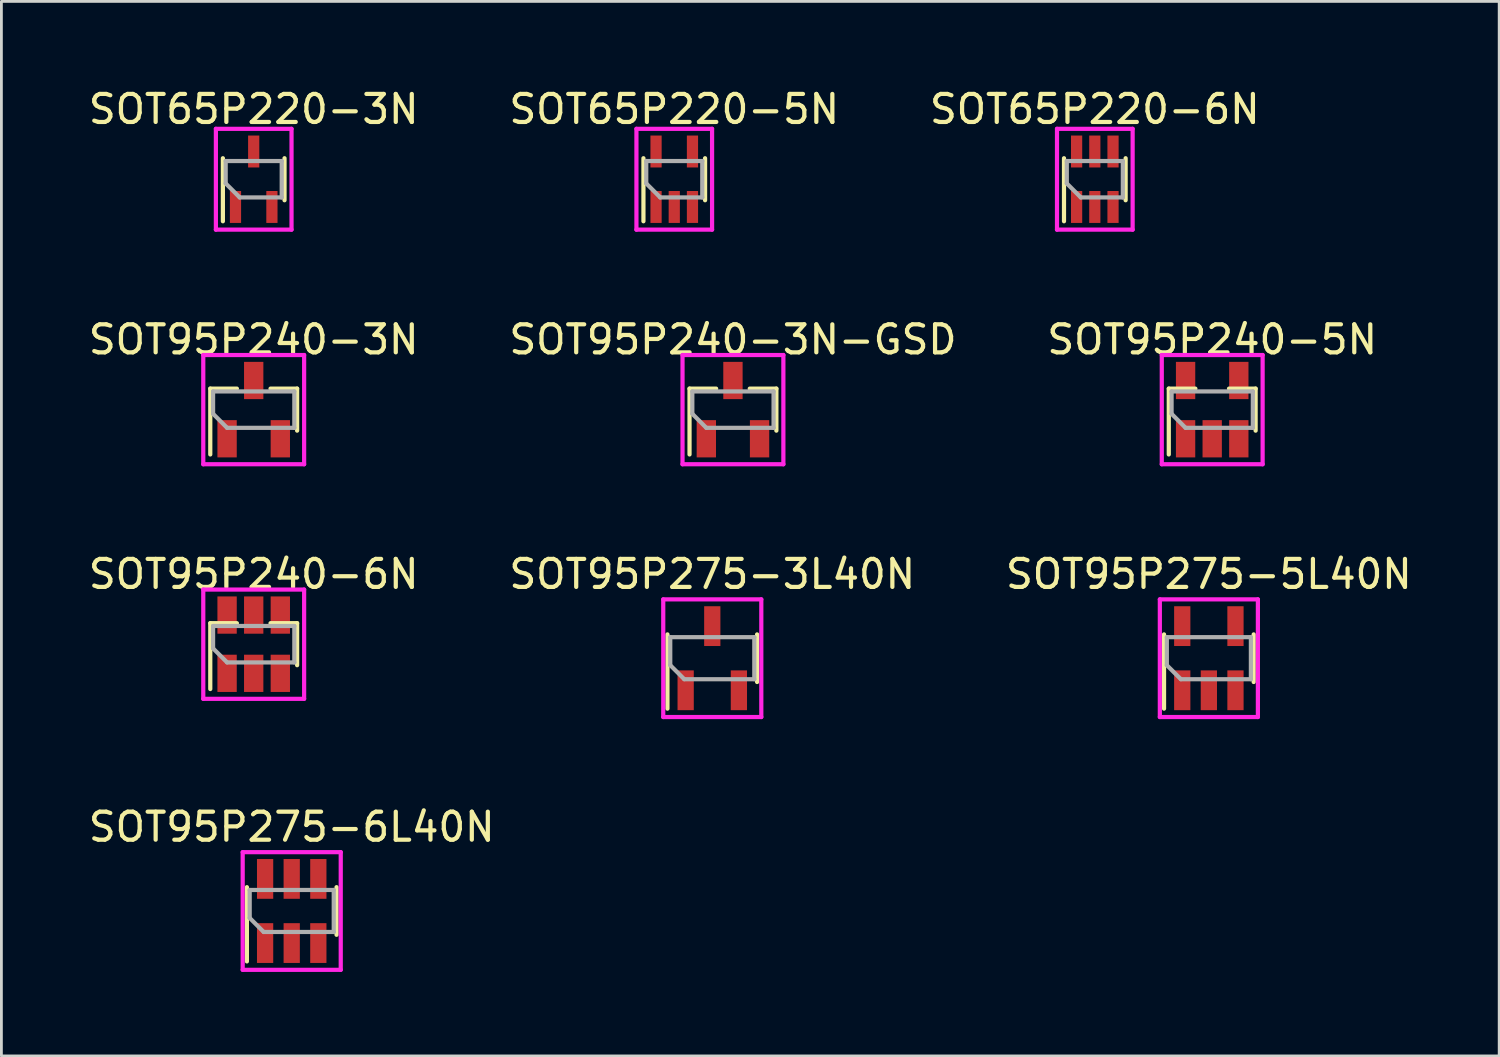
<source format=kicad_pcb>
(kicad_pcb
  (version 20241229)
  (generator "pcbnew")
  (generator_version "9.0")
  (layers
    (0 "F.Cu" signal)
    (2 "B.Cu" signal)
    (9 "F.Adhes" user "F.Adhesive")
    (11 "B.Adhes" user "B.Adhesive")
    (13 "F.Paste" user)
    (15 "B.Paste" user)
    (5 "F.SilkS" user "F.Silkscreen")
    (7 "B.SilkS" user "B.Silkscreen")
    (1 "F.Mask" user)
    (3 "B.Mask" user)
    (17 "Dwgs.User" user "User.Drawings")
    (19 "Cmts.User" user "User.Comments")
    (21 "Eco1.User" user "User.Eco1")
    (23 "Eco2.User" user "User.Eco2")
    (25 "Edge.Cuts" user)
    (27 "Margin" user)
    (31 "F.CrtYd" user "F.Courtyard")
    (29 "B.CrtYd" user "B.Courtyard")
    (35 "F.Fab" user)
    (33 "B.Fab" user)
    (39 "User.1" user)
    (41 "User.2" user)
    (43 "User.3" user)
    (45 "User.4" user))
  (footprint "SOT65P220-5N"
    (layer "F.Cu")
    (at 21.018 3.348)
    (property "Reference" "SOT65P220-5N" (at 0 -2.5 0) (layer "F.SilkS") (effects (font (size 1 1) (thickness 0.15))))
    (attr through_hole)
    (fp_line (start -1.1 -0.75) (end -1.1 1.5) (stroke (width 0.15) (type solid)) (layer "F.SilkS"))
    (fp_line (start 1.1 0.75) (end 1.1 -0.75) (stroke (width 0.15) (type solid)) (layer "F.SilkS"))
    (fp_line (start -1.35 -1.8) (end 1.35 -1.8) (stroke (width 0.15) (type solid)) (layer "F.CrtYd"))
    (fp_line (start -1.35 1.8) (end -1.35 -1.8) (stroke (width 0.15) (type solid)) (layer "F.CrtYd"))
    (fp_line (start 1.35 -1.8) (end 1.35 1.8) (stroke (width 0.15) (type solid)) (layer "F.CrtYd"))
    (fp_line (start 1.35 1.8) (end -1.35 1.8) (stroke (width 0.15) (type solid)) (layer "F.CrtYd"))
    (fp_line (start -1 -0.65) (end 1 -0.65) (stroke (width 0.15) (type solid)) (layer "F.Fab"))
    (fp_line (start -1 0.15) (end -1 -0.65) (stroke (width 0.15) (type solid)) (layer "F.Fab"))
    (fp_line (start -0.5 0.65) (end -1 0.15) (stroke (width 0.15) (type solid)) (layer "F.Fab"))
    (fp_line (start 1 -0.65) (end 1 0.65) (stroke (width 0.15) (type solid)) (layer "F.Fab"))
    (fp_line (start 1 0.65) (end -0.5 0.65) (stroke (width 0.15) (type solid)) (layer "F.Fab"))
    (pad "1" smd rect (at -0.65 0.99) (size 0.4 1.14) (layers "F.Cu" "F.Mask" "F.Paste"))
    (pad "2" smd rect (at 0 0.99) (size 0.4 1.14) (layers "F.Cu" "F.Mask" "F.Paste"))
    (pad "3" smd rect (at 0.65 0.99) (size 0.4 1.14) (layers "F.Cu" "F.Mask" "F.Paste"))
    (pad "4" smd rect (at 0.65 -0.99) (size 0.4 1.14) (layers "F.Cu" "F.Mask" "F.Paste"))
    (pad "5" smd rect (at -0.65 -0.99) (size 0.4 1.14) (layers "F.Cu" "F.Mask" "F.Paste")))
  (footprint "SOT95P240-5N"
    (layer "F.Cu")
    (at 40.22 11.572)
    (property "Reference" "SOT95P240-5N" (at 0 -2.5 0) (layer "F.SilkS") (effects (font (size 1 1) (thickness 0.15))))
    (attr through_hole)
    (fp_line (start -1.55 -0.75) (end -1.55 1.6) (stroke (width 0.15) (type solid)) (layer "F.SilkS"))
    (fp_line (start -0.6 -0.75) (end -1.55 -0.75) (stroke (width 0.15) (type solid)) (layer "F.SilkS"))
    (fp_line (start 0.6 -0.75) (end 1.55 -0.75) (stroke (width 0.15) (type solid)) (layer "F.SilkS"))
    (fp_line (start 1.55 -0.75) (end 1.55 0.75) (stroke (width 0.15) (type solid)) (layer "F.SilkS"))
    (fp_line (start -1.8 -1.95) (end 1.8 -1.95) (stroke (width 0.15) (type solid)) (layer "F.CrtYd"))
    (fp_line (start -1.8 1.95) (end -1.8 -1.95) (stroke (width 0.15) (type solid)) (layer "F.CrtYd"))
    (fp_line (start 1.8 -1.95) (end 1.8 1.95) (stroke (width 0.15) (type solid)) (layer "F.CrtYd"))
    (fp_line (start 1.8 1.95) (end -1.8 1.95) (stroke (width 0.15) (type solid)) (layer "F.CrtYd"))
    (fp_line (start -1.45 -0.65) (end 1.45 -0.65) (stroke (width 0.15) (type solid)) (layer "F.Fab"))
    (fp_line (start -1.45 0.15) (end -1.45 -0.65) (stroke (width 0.15) (type solid)) (layer "F.Fab"))
    (fp_line (start -0.95 0.65) (end -1.45 0.15) (stroke (width 0.15) (type solid)) (layer "F.Fab"))
    (fp_line (start 1.45 -0.65) (end 1.45 0.65) (stroke (width 0.15) (type solid)) (layer "F.Fab"))
    (fp_line (start 1.45 0.65) (end -0.95 0.65) (stroke (width 0.15) (type solid)) (layer "F.Fab"))
    (pad "1" smd rect (at -0.95 1.04) (size 0.69 1.33) (layers "F.Cu" "F.Mask" "F.Paste"))
    (pad "2" smd rect (at 0 1.04) (size 0.69 1.33) (layers "F.Cu" "F.Mask" "F.Paste"))
    (pad "3" smd rect (at 0.95 1.04) (size 0.69 1.33) (layers "F.Cu" "F.Mask" "F.Paste"))
    (pad "4" smd rect (at 0.95 -1.04) (size 0.69 1.33) (layers "F.Cu" "F.Mask" "F.Paste"))
    (pad "5" smd rect (at -0.95 -1.04) (size 0.69 1.33) (layers "F.Cu" "F.Mask" "F.Paste")))
  (footprint "SOT95P275-3L40N"
    (layer "F.Cu")
    (at 22.375 20.445)
    (property "Reference" "SOT95P275-3L40N" (at 0 -3 0) (layer "F.SilkS") (effects (font (size 1 1) (thickness 0.15))))
    (attr through_hole)
    (fp_line (start -1.6 -0.85) (end -1.6 1.8) (stroke (width 0.15) (type solid)) (layer "F.SilkS"))
    (fp_line (start 1.6 -0.85) (end 1.6 0.85) (stroke (width 0.15) (type solid)) (layer "F.SilkS"))
    (fp_line (start -1.75 -2.1) (end 1.75 -2.1) (stroke (width 0.15) (type solid)) (layer "F.CrtYd"))
    (fp_line (start -1.75 2.1) (end -1.75 -2.1) (stroke (width 0.15) (type solid)) (layer "F.CrtYd"))
    (fp_line (start 1.75 -2.1) (end 1.75 2.1) (stroke (width 0.15) (type solid)) (layer "F.CrtYd"))
    (fp_line (start 1.75 2.1) (end -1.75 2.1) (stroke (width 0.15) (type solid)) (layer "F.CrtYd"))
    (fp_line (start -1.5 -0.75) (end 1.5 -0.75) (stroke (width 0.15) (type solid)) (layer "F.Fab"))
    (fp_line (start -1.5 0.25) (end -1.5 -0.75) (stroke (width 0.15) (type solid)) (layer "F.Fab"))
    (fp_line (start -1 0.75) (end -1.5 0.25) (stroke (width 0.15) (type solid)) (layer "F.Fab"))
    (fp_line (start 1.5 -0.75) (end 1.5 0.75) (stroke (width 0.15) (type solid)) (layer "F.Fab"))
    (fp_line (start 1.5 0.75) (end -1 0.75) (stroke (width 0.15) (type solid)) (layer "F.Fab"))
    (pad "1" smd rect (at -0.95 1.145) (size 0.58 1.42) (layers "F.Cu" "F.Mask" "F.Paste"))
    (pad "2" smd rect (at 0.95 1.145) (size 0.58 1.42) (layers "F.Cu" "F.Mask" "F.Paste"))
    (pad "3" smd rect (at 0 -1.145) (size 0.58 1.42) (layers "F.Cu" "F.Mask" "F.Paste")))
  (footprint "SOT65P220-6N"
    (layer "F.Cu")
    (at 36.03 3.348)
    (property "Reference" "SOT65P220-6N" (at 0 -2.5 0) (layer "F.SilkS") (effects (font (size 1 1) (thickness 0.15))))
    (attr through_hole)
    (fp_line (start -1.1 -0.75) (end -1.1 1.5) (stroke (width 0.15) (type solid)) (layer "F.SilkS"))
    (fp_line (start 1.1 0.75) (end 1.1 -0.75) (stroke (width 0.15) (type solid)) (layer "F.SilkS"))
    (fp_line (start -1.35 -1.8) (end 1.35 -1.8) (stroke (width 0.15) (type solid)) (layer "F.CrtYd"))
    (fp_line (start -1.35 1.8) (end -1.35 -1.8) (stroke (width 0.15) (type solid)) (layer "F.CrtYd"))
    (fp_line (start 1.35 -1.8) (end 1.35 1.8) (stroke (width 0.15) (type solid)) (layer "F.CrtYd"))
    (fp_line (start 1.35 1.8) (end -1.35 1.8) (stroke (width 0.15) (type solid)) (layer "F.CrtYd"))
    (fp_line (start -1 -0.65) (end 1 -0.65) (stroke (width 0.15) (type solid)) (layer "F.Fab"))
    (fp_line (start -1 0.15) (end -1 -0.65) (stroke (width 0.15) (type solid)) (layer "F.Fab"))
    (fp_line (start -0.5 0.65) (end -1 0.15) (stroke (width 0.15) (type solid)) (layer "F.Fab"))
    (fp_line (start 1 -0.65) (end 1 0.65) (stroke (width 0.15) (type solid)) (layer "F.Fab"))
    (fp_line (start 1 0.65) (end -0.5 0.65) (stroke (width 0.15) (type solid)) (layer "F.Fab"))
    (pad "1" smd rect (at -0.65 0.99) (size 0.4 1.14) (layers "F.Cu" "F.Mask" "F.Paste"))
    (pad "2" smd rect (at 0 0.99) (size 0.4 1.14) (layers "F.Cu" "F.Mask" "F.Paste"))
    (pad "3" smd rect (at 0.65 0.99) (size 0.4 1.14) (layers "F.Cu" "F.Mask" "F.Paste"))
    (pad "4" smd rect (at 0.65 -0.99) (size 0.4 1.14) (layers "F.Cu" "F.Mask" "F.Paste"))
    (pad "5" smd rect (at 0 -0.99) (size 0.4 1.14) (layers "F.Cu" "F.Mask" "F.Paste"))
    (pad "6" smd rect (at -0.65 -0.99) (size 0.4 1.14) (layers "F.Cu" "F.Mask" "F.Paste")))
  (footprint "SOT65P220-3N"
    (layer "F.Cu")
    (at 6.006 3.348)
    (property "Reference" "SOT65P220-3N" (at 0 -2.5 0) (layer "F.SilkS") (effects (font (size 1 1) (thickness 0.15))))
    (attr through_hole)
    (fp_line (start -1.1 -0.75) (end -1.1 1.5) (stroke (width 0.15) (type solid)) (layer "F.SilkS"))
    (fp_line (start 1.1 0.75) (end 1.1 -0.75) (stroke (width 0.15) (type solid)) (layer "F.SilkS"))
    (fp_line (start -1.35 -1.8) (end 1.35 -1.8) (stroke (width 0.15) (type solid)) (layer "F.CrtYd"))
    (fp_line (start -1.35 1.8) (end -1.35 -1.8) (stroke (width 0.15) (type solid)) (layer "F.CrtYd"))
    (fp_line (start 1.35 -1.8) (end 1.35 1.8) (stroke (width 0.15) (type solid)) (layer "F.CrtYd"))
    (fp_line (start 1.35 1.8) (end -1.35 1.8) (stroke (width 0.15) (type solid)) (layer "F.CrtYd"))
    (fp_line (start -1 -0.65) (end 1 -0.65) (stroke (width 0.15) (type solid)) (layer "F.Fab"))
    (fp_line (start -1 0.15) (end -1 -0.65) (stroke (width 0.15) (type solid)) (layer "F.Fab"))
    (fp_line (start -0.5 0.65) (end -1 0.15) (stroke (width 0.15) (type solid)) (layer "F.Fab"))
    (fp_line (start 1 -0.65) (end 1 0.65) (stroke (width 0.15) (type solid)) (layer "F.Fab"))
    (fp_line (start 1 0.65) (end -0.5 0.65) (stroke (width 0.15) (type solid)) (layer "F.Fab"))
    (pad "1" smd rect (at -0.65 0.99) (size 0.4 1.14) (layers "F.Cu" "F.Mask" "F.Paste"))
    (pad "2" smd rect (at 0.65 0.99) (size 0.4 1.14) (layers "F.Cu" "F.Mask" "F.Paste"))
    (pad "3" smd rect (at 0 -0.99) (size 0.4 1.14) (layers "F.Cu" "F.Mask" "F.Paste")))
  (footprint "SOT95P240-3N"
    (layer "F.Cu")
    (at 6.006 11.572)
    (property "Reference" "SOT95P240-3N" (at 0 -2.5 180) (layer "F.SilkS") (effects (font (size 1 1) (thickness 0.15))))
    (attr through_hole)
    (fp_line (start -1.55 -0.75) (end -1.55 1.6) (stroke (width 0.15) (type solid)) (layer "F.SilkS"))
    (fp_line (start -0.6 -0.75) (end -1.55 -0.75) (stroke (width 0.15) (type solid)) (layer "F.SilkS"))
    (fp_line (start 0.6 -0.75) (end 1.55 -0.75) (stroke (width 0.15) (type solid)) (layer "F.SilkS"))
    (fp_line (start 1.55 -0.75) (end 1.55 0.75) (stroke (width 0.15) (type solid)) (layer "F.SilkS"))
    (fp_line (start -1.8 -1.95) (end 1.8 -1.95) (stroke (width 0.15) (type solid)) (layer "F.CrtYd"))
    (fp_line (start -1.8 1.95) (end -1.8 -1.95) (stroke (width 0.15) (type solid)) (layer "F.CrtYd"))
    (fp_line (start 1.8 -1.95) (end 1.8 1.95) (stroke (width 0.15) (type solid)) (layer "F.CrtYd"))
    (fp_line (start 1.8 1.95) (end -1.8 1.95) (stroke (width 0.15) (type solid)) (layer "F.CrtYd"))
    (fp_line (start -1.45 -0.65) (end 1.45 -0.65) (stroke (width 0.15) (type solid)) (layer "F.Fab"))
    (fp_line (start -1.45 0.15) (end -1.45 -0.65) (stroke (width 0.15) (type solid)) (layer "F.Fab"))
    (fp_line (start -0.95 0.65) (end -1.45 0.15) (stroke (width 0.15) (type solid)) (layer "F.Fab"))
    (fp_line (start 1.45 -0.65) (end 1.45 0.65) (stroke (width 0.15) (type solid)) (layer "F.Fab"))
    (fp_line (start 1.45 0.65) (end -0.95 0.65) (stroke (width 0.15) (type solid)) (layer "F.Fab"))
    (pad "1" smd rect (at -0.95 1.04) (size 0.69 1.33) (layers "F.Cu" "F.Mask" "F.Paste"))
    (pad "2" smd rect (at 0.95 1.04) (size 0.69 1.33) (layers "F.Cu" "F.Mask" "F.Paste"))
    (pad "3" smd rect (at 0 -1.04) (size 0.69 1.33) (layers "F.Cu" "F.Mask" "F.Paste")))
  (footprint "SOT95P240-6N"
    (layer "F.Cu")
    (at 6.006 19.945)
    (property "Reference" "SOT95P240-6N" (at 0 -2.5 0) (layer "F.SilkS") (effects (font (size 1 1) (thickness 0.15))))
    (attr through_hole)
    (fp_line (start -1.55 -0.75) (end -1.55 1.6) (stroke (width 0.15) (type solid)) (layer "F.SilkS"))
    (fp_line (start -0.6 -0.75) (end -1.55 -0.75) (stroke (width 0.15) (type solid)) (layer "F.SilkS"))
    (fp_line (start 0.6 -0.75) (end 1.55 -0.75) (stroke (width 0.15) (type solid)) (layer "F.SilkS"))
    (fp_line (start 1.55 -0.75) (end 1.55 0.75) (stroke (width 0.15) (type solid)) (layer "F.SilkS"))
    (fp_line (start -1.8 -1.95) (end 1.8 -1.95) (stroke (width 0.15) (type solid)) (layer "F.CrtYd"))
    (fp_line (start -1.8 1.95) (end -1.8 -1.95) (stroke (width 0.15) (type solid)) (layer "F.CrtYd"))
    (fp_line (start 1.8 -1.95) (end 1.8 1.95) (stroke (width 0.15) (type solid)) (layer "F.CrtYd"))
    (fp_line (start 1.8 1.95) (end -1.8 1.95) (stroke (width 0.15) (type solid)) (layer "F.CrtYd"))
    (fp_line (start -1.45 -0.65) (end 1.45 -0.65) (stroke (width 0.15) (type solid)) (layer "F.Fab"))
    (fp_line (start -1.45 0.15) (end -1.45 -0.65) (stroke (width 0.15) (type solid)) (layer "F.Fab"))
    (fp_line (start -0.95 0.65) (end -1.45 0.15) (stroke (width 0.15) (type solid)) (layer "F.Fab"))
    (fp_line (start 1.45 -0.65) (end 1.45 0.65) (stroke (width 0.15) (type solid)) (layer "F.Fab"))
    (fp_line (start 1.45 0.65) (end -0.95 0.65) (stroke (width 0.15) (type solid)) (layer "F.Fab"))
    (pad "1" smd rect (at -0.95 1.04) (size 0.69 1.33) (layers "F.Cu" "F.Mask" "F.Paste"))
    (pad "2" smd rect (at 0 1.04) (size 0.69 1.33) (layers "F.Cu" "F.Mask" "F.Paste"))
    (pad "3" smd rect (at 0.95 1.04) (size 0.69 1.33) (layers "F.Cu" "F.Mask" "F.Paste"))
    (pad "4" smd rect (at 0.95 -1.04) (size 0.69 1.33) (layers "F.Cu" "F.Mask" "F.Paste"))
    (pad "5" smd rect (at 0 -1.04) (size 0.69 1.33) (layers "F.Cu" "F.Mask" "F.Paste"))
    (pad "6" smd rect (at -0.95 -1.04) (size 0.69 1.33) (layers "F.Cu" "F.Mask" "F.Paste")))
  (footprint "SOT95P275-6L40N"
    (layer "F.Cu")
    (at 7.363 29.468)
    (property "Reference" "SOT95P275-6L40N" (at 0 -3 0) (layer "F.SilkS") (effects (font (size 1 1) (thickness 0.15))))
    (attr through_hole)
    (fp_line (start -1.6 -0.85) (end -1.6 1.8) (stroke (width 0.15) (type solid)) (layer "F.SilkS"))
    (fp_line (start 1.6 -0.85) (end 1.6 0.85) (stroke (width 0.15) (type solid)) (layer "F.SilkS"))
    (fp_line (start -1.75 -2.1) (end 1.75 -2.1) (stroke (width 0.15) (type solid)) (layer "F.CrtYd"))
    (fp_line (start -1.75 2.1) (end -1.75 -2.1) (stroke (width 0.15) (type solid)) (layer "F.CrtYd"))
    (fp_line (start 1.75 -2.1) (end 1.75 2.1) (stroke (width 0.15) (type solid)) (layer "F.CrtYd"))
    (fp_line (start 1.75 2.1) (end -1.75 2.1) (stroke (width 0.15) (type solid)) (layer "F.CrtYd"))
    (fp_line (start -1.5 -0.75) (end 1.5 -0.75) (stroke (width 0.15) (type solid)) (layer "F.Fab"))
    (fp_line (start -1.5 0.25) (end -1.5 -0.75) (stroke (width 0.15) (type solid)) (layer "F.Fab"))
    (fp_line (start -1 0.75) (end -1.5 0.25) (stroke (width 0.15) (type solid)) (layer "F.Fab"))
    (fp_line (start 1.5 -0.75) (end 1.5 0.75) (stroke (width 0.15) (type solid)) (layer "F.Fab"))
    (fp_line (start 1.5 0.75) (end -1 0.75) (stroke (width 0.15) (type solid)) (layer "F.Fab"))
    (pad "1" smd rect (at -0.95 1.145) (size 0.58 1.42) (layers "F.Cu" "F.Mask" "F.Paste"))
    (pad "2" smd rect (at 0 1.145) (size 0.58 1.42) (layers "F.Cu" "F.Mask" "F.Paste"))
    (pad "3" smd rect (at 0.95 1.145) (size 0.58 1.42) (layers "F.Cu" "F.Mask" "F.Paste"))
    (pad "4" smd rect (at 0.95 -1.145) (size 0.58 1.42) (layers "F.Cu" "F.Mask" "F.Paste"))
    (pad "5" smd rect (at 0 -1.145) (size 0.58 1.42) (layers "F.Cu" "F.Mask" "F.Paste"))
    (pad "6" smd rect (at -0.95 -1.145) (size 0.58 1.42) (layers "F.Cu" "F.Mask" "F.Paste")))
  (footprint "SOT95P240-3N-GSD"
    (layer "F.Cu")
    (at 23.113 11.572)
    (property "Reference" "SOT95P240-3N-GSD" (at 0 -2.5 0) (layer "F.SilkS") (effects (font (size 1 1) (thickness 0.15))))
    (attr through_hole)
    (fp_line (start -1.55 -0.75) (end -1.55 1.6) (stroke (width 0.15) (type solid)) (layer "F.SilkS"))
    (fp_line (start -0.6 -0.75) (end -1.55 -0.75) (stroke (width 0.15) (type solid)) (layer "F.SilkS"))
    (fp_line (start 0.6 -0.75) (end 1.55 -0.75) (stroke (width 0.15) (type solid)) (layer "F.SilkS"))
    (fp_line (start 1.55 -0.75) (end 1.55 0.75) (stroke (width 0.15) (type solid)) (layer "F.SilkS"))
    (fp_line (start -1.8 -1.95) (end 1.8 -1.95) (stroke (width 0.15) (type solid)) (layer "F.CrtYd"))
    (fp_line (start -1.8 1.95) (end -1.8 -1.95) (stroke (width 0.15) (type solid)) (layer "F.CrtYd"))
    (fp_line (start 1.8 -1.95) (end 1.8 1.95) (stroke (width 0.15) (type solid)) (layer "F.CrtYd"))
    (fp_line (start 1.8 1.95) (end -1.8 1.95) (stroke (width 0.15) (type solid)) (layer "F.CrtYd"))
    (fp_line (start -1.45 -0.65) (end 1.45 -0.65) (stroke (width 0.15) (type solid)) (layer "F.Fab"))
    (fp_line (start -1.45 0.15) (end -1.45 -0.65) (stroke (width 0.15) (type solid)) (layer "F.Fab"))
    (fp_line (start -0.95 0.65) (end -1.45 0.15) (stroke (width 0.15) (type solid)) (layer "F.Fab"))
    (fp_line (start 1.45 -0.65) (end 1.45 0.65) (stroke (width 0.15) (type solid)) (layer "F.Fab"))
    (fp_line (start 1.45 0.65) (end -0.95 0.65) (stroke (width 0.15) (type solid)) (layer "F.Fab"))
    (pad "D" smd rect (at 0 -1.04) (size 0.69 1.33) (layers "F.Cu" "F.Mask" "F.Paste"))
    (pad "G" smd rect (at -0.95 1.04) (size 0.69 1.33) (layers "F.Cu" "F.Mask" "F.Paste"))
    (pad "S" smd rect (at 0.95 1.04) (size 0.69 1.33) (layers "F.Cu" "F.Mask" "F.Paste")))
  (footprint "SOT95P275-5L40N"
    (layer "F.Cu")
    (at 40.101 20.445)
    (property "Reference" "SOT95P275-5L40N" (at 0 -3 0) (layer "F.SilkS") (effects (font (size 1 1) (thickness 0.15))))
    (attr through_hole)
    (fp_line (start -1.6 -0.85) (end -1.6 1.8) (stroke (width 0.15) (type solid)) (layer "F.SilkS"))
    (fp_line (start 1.6 -0.85) (end 1.6 0.85) (stroke (width 0.15) (type solid)) (layer "F.SilkS"))
    (fp_line (start -1.75 -2.1) (end 1.75 -2.1) (stroke (width 0.15) (type solid)) (layer "F.CrtYd"))
    (fp_line (start -1.75 2.1) (end -1.75 -2.1) (stroke (width 0.15) (type solid)) (layer "F.CrtYd"))
    (fp_line (start 1.75 -2.1) (end 1.75 2.1) (stroke (width 0.15) (type solid)) (layer "F.CrtYd"))
    (fp_line (start 1.75 2.1) (end -1.75 2.1) (stroke (width 0.15) (type solid)) (layer "F.CrtYd"))
    (fp_line (start -1.5 -0.75) (end 1.5 -0.75) (stroke (width 0.15) (type solid)) (layer "F.Fab"))
    (fp_line (start -1.5 0.25) (end -1.5 -0.75) (stroke (width 0.15) (type solid)) (layer "F.Fab"))
    (fp_line (start -1 0.75) (end -1.5 0.25) (stroke (width 0.15) (type solid)) (layer "F.Fab"))
    (fp_line (start 1.5 -0.75) (end 1.5 0.75) (stroke (width 0.15) (type solid)) (layer "F.Fab"))
    (fp_line (start 1.5 0.75) (end -1 0.75) (stroke (width 0.15) (type solid)) (layer "F.Fab"))
    (pad "1" smd rect (at -0.95 1.145) (size 0.58 1.42) (layers "F.Cu" "F.Mask" "F.Paste"))
    (pad "2" smd rect (at 0 1.145) (size 0.58 1.42) (layers "F.Cu" "F.Mask" "F.Paste"))
    (pad "3" smd rect (at 0.95 1.145) (size 0.58 1.42) (layers "F.Cu" "F.Mask" "F.Paste"))
    (pad "4" smd rect (at 0.95 -1.145) (size 0.58 1.42) (layers "F.Cu" "F.Mask" "F.Paste"))
    (pad "5" smd rect (at -0.95 -1.145) (size 0.58 1.42) (layers "F.Cu" "F.Mask" "F.Paste")))
  (gr_rect
    (start -3 -3)
    (end 50.464 34.643)
    (stroke (width 0.1) (type default))
    (fill no)
    (layer "Edge.Cuts")))
</source>
